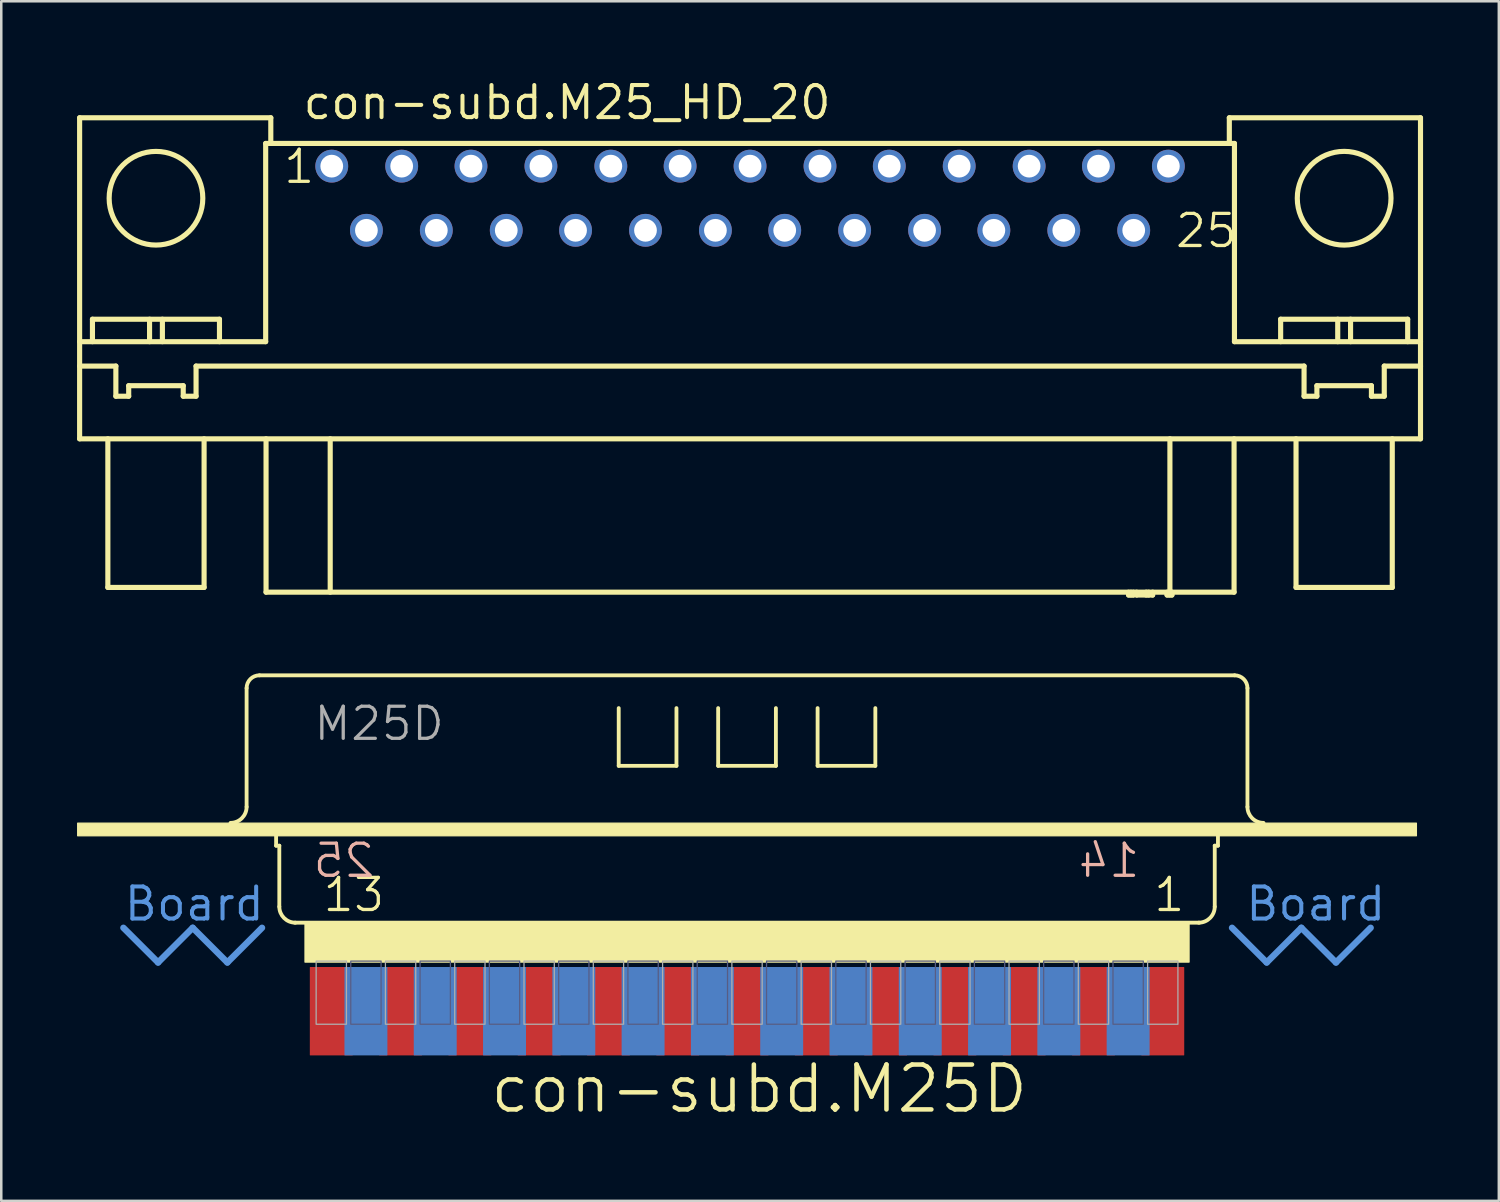
<source format=kicad_pcb>
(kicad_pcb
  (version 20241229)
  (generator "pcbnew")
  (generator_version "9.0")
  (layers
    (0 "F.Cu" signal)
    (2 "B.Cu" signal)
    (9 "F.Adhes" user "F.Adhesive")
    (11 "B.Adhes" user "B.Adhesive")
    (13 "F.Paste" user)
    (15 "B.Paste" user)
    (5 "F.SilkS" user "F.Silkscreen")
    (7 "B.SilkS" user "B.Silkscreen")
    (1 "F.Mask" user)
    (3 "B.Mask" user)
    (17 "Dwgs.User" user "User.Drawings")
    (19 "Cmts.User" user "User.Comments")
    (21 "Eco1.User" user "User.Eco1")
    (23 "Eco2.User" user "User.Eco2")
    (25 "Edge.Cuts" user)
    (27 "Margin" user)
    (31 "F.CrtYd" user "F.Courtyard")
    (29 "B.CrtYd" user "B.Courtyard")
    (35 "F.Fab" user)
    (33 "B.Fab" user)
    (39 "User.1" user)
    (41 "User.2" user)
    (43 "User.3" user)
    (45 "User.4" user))
  (footprint "con-subd.M25_HD_20"
    (layer "F.Cu")
    (at 26.645 4.798)
    (property "Reference" "con-subd.M25_HD_20" (at -17.78 -3.048 0) (layer "F.SilkS") (effects (font (size 1.27 1.27) (thickness 0.16)) (justify left bottom)))
    (attr through_hole)
    (fp_line (start -26.543 -3.185) (end -26.543 9.525) (stroke (width 0.203) (type default)) (layer "F.SilkS"))
    (fp_line (start -26.543 -3.185) (end -18.974 -3.185) (stroke (width 0.203) (type default)) (layer "F.SilkS"))
    (fp_line (start -26.543 5.679) (end -19.177 5.679) (stroke (width 0.203) (type default)) (layer "F.SilkS"))
    (fp_line (start -26.543 6.645) (end -25.108 6.645) (stroke (width 0.203) (type default)) (layer "F.SilkS"))
    (fp_line (start -26.543 9.525) (end 26.543 9.525) (stroke (width 0.203) (type default)) (layer "F.SilkS"))
    (fp_line (start -26.035 4.79) (end -21.006 4.79) (stroke (width 0.203) (type default)) (layer "F.SilkS"))
    (fp_line (start -26.035 5.679) (end -26.035 4.79) (stroke (width 0.203) (type default)) (layer "F.SilkS"))
    (fp_line (start -25.425 9.525) (end -25.425 15.408) (stroke (width 0.203) (type default)) (layer "F.SilkS"))
    (fp_line (start -25.425 15.408) (end -21.615 15.408) (stroke (width 0.203) (type default)) (layer "F.SilkS"))
    (fp_line (start -25.108 6.645) (end -25.108 7.838) (stroke (width 0.203) (type default)) (layer "F.SilkS"))
    (fp_line (start -25.108 7.838) (end -24.6 7.838) (stroke (width 0.203) (type default)) (layer "F.SilkS"))
    (fp_line (start -24.6 7.422) (end -22.441 7.422) (stroke (width 0.203) (type default)) (layer "F.SilkS"))
    (fp_line (start -24.6 7.838) (end -24.6 7.422) (stroke (width 0.203) (type default)) (layer "F.SilkS"))
    (fp_line (start -23.774 5.679) (end -23.774 4.79) (stroke (width 0.203) (type default)) (layer "F.SilkS"))
    (fp_line (start -23.266 5.679) (end -23.266 4.79) (stroke (width 0.203) (type default)) (layer "F.SilkS"))
    (fp_line (start -22.441 7.838) (end -22.441 7.422) (stroke (width 0.203) (type default)) (layer "F.SilkS"))
    (fp_line (start -22.441 7.838) (end -21.933 7.838) (stroke (width 0.203) (type default)) (layer "F.SilkS"))
    (fp_line (start -21.933 6.645) (end 21.933 6.645) (stroke (width 0.203) (type default)) (layer "F.SilkS"))
    (fp_line (start -21.933 7.838) (end -21.933 6.645) (stroke (width 0.203) (type default)) (layer "F.SilkS"))
    (fp_line (start -21.615 9.525) (end -21.615 15.408) (stroke (width 0.203) (type default)) (layer "F.SilkS"))
    (fp_line (start -21.006 5.679) (end -21.006 4.79) (stroke (width 0.203) (type default)) (layer "F.SilkS"))
    (fp_line (start -19.177 -2.169) (end -19.177 5.679) (stroke (width 0.203) (type default)) (layer "F.SilkS"))
    (fp_line (start -19.177 -2.169) (end 19.177 -2.169) (stroke (width 0.203) (type default)) (layer "F.SilkS"))
    (fp_line (start -19.162 9.525) (end -19.162 15.596) (stroke (width 0.203) (type default)) (layer "F.SilkS"))
    (fp_line (start -18.974 -3.185) (end -18.974 -2.169) (stroke (width 0.203) (type default)) (layer "F.SilkS"))
    (fp_line (start -16.622 9.525) (end -16.622 15.596) (stroke (width 0.203) (type default)) (layer "F.SilkS"))
    (fp_line (start 14.986 15.596) (end 14.986 15.71) (stroke (width 0.203) (type default)) (layer "F.SilkS"))
    (fp_line (start 15.081 15.596) (end 15.081 15.71) (stroke (width 0.203) (type default)) (layer "F.SilkS"))
    (fp_line (start 15.177 15.596) (end 15.177 15.71) (stroke (width 0.203) (type default)) (layer "F.SilkS"))
    (fp_line (start 15.177 15.71) (end 14.986 15.71) (stroke (width 0.203) (type default)) (layer "F.SilkS"))
    (fp_line (start 15.303 15.596) (end 15.303 15.71) (stroke (width 0.203) (type default)) (layer "F.SilkS"))
    (fp_line (start 15.684 15.596) (end 15.684 15.71) (stroke (width 0.203) (type default)) (layer "F.SilkS"))
    (fp_line (start 15.78 15.596) (end 15.78 15.71) (stroke (width 0.203) (type default)) (layer "F.SilkS"))
    (fp_line (start 15.938 15.596) (end 15.938 15.71) (stroke (width 0.203) (type default)) (layer "F.SilkS"))
    (fp_line (start 15.938 15.71) (end 15.303 15.71) (stroke (width 0.203) (type default)) (layer "F.SilkS"))
    (fp_line (start 16.51 15.596) (end 16.51 15.71) (stroke (width 0.203) (type default)) (layer "F.SilkS"))
    (fp_line (start 16.605 15.596) (end 16.605 15.71) (stroke (width 0.203) (type default)) (layer "F.SilkS"))
    (fp_line (start 16.622 9.525) (end 16.622 15.596) (stroke (width 0.203) (type default)) (layer "F.SilkS"))
    (fp_line (start 16.701 15.596) (end 16.701 15.71) (stroke (width 0.203) (type default)) (layer "F.SilkS"))
    (fp_line (start 16.701 15.71) (end 16.51 15.71) (stroke (width 0.203) (type default)) (layer "F.SilkS"))
    (fp_line (start 18.974 -3.185) (end 18.974 -2.169) (stroke (width 0.203) (type default)) (layer "F.SilkS"))
    (fp_line (start 18.974 -3.185) (end 26.543 -3.185) (stroke (width 0.203) (type default)) (layer "F.SilkS"))
    (fp_line (start 19.162 15.596) (end -19.162 15.596) (stroke (width 0.203) (type default)) (layer "F.SilkS"))
    (fp_line (start 19.162 9.525) (end 19.162 15.596) (stroke (width 0.203) (type default)) (layer "F.SilkS"))
    (fp_line (start 19.177 -2.169) (end 19.177 5.679) (stroke (width 0.203) (type default)) (layer "F.SilkS"))
    (fp_line (start 19.177 5.679) (end 26.543 5.679) (stroke (width 0.203) (type default)) (layer "F.SilkS"))
    (fp_line (start 21.006 4.79) (end 26.035 4.79) (stroke (width 0.203) (type default)) (layer "F.SilkS"))
    (fp_line (start 21.006 5.679) (end 21.006 4.79) (stroke (width 0.203) (type default)) (layer "F.SilkS"))
    (fp_line (start 21.615 9.525) (end 21.615 15.408) (stroke (width 0.203) (type default)) (layer "F.SilkS"))
    (fp_line (start 21.615 15.408) (end 25.425 15.408) (stroke (width 0.203) (type default)) (layer "F.SilkS"))
    (fp_line (start 21.933 6.645) (end 21.933 7.838) (stroke (width 0.203) (type default)) (layer "F.SilkS"))
    (fp_line (start 21.933 7.838) (end 22.441 7.838) (stroke (width 0.203) (type default)) (layer "F.SilkS"))
    (fp_line (start 22.441 7.422) (end 24.6 7.422) (stroke (width 0.203) (type default)) (layer "F.SilkS"))
    (fp_line (start 22.441 7.838) (end 22.441 7.422) (stroke (width 0.203) (type default)) (layer "F.SilkS"))
    (fp_line (start 23.266 5.679) (end 23.266 4.79) (stroke (width 0.203) (type default)) (layer "F.SilkS"))
    (fp_line (start 23.774 5.679) (end 23.774 4.79) (stroke (width 0.203) (type default)) (layer "F.SilkS"))
    (fp_line (start 24.6 7.838) (end 24.6 7.422) (stroke (width 0.203) (type default)) (layer "F.SilkS"))
    (fp_line (start 24.6 7.838) (end 25.108 7.838) (stroke (width 0.203) (type default)) (layer "F.SilkS"))
    (fp_line (start 25.108 7.838) (end 25.108 6.645) (stroke (width 0.203) (type default)) (layer "F.SilkS"))
    (fp_line (start 25.425 9.525) (end 25.425 15.408) (stroke (width 0.203) (type default)) (layer "F.SilkS"))
    (fp_line (start 26.035 5.679) (end 26.035 4.79) (stroke (width 0.203) (type default)) (layer "F.SilkS"))
    (fp_line (start 26.543 -3.185) (end 26.543 9.525) (stroke (width 0.203) (type default)) (layer "F.SilkS"))
    (fp_line (start 26.543 6.645) (end 25.108 6.645) (stroke (width 0.203) (type default)) (layer "F.SilkS"))
    (fp_circle (center -23.52 0) (end -21.666 0) (stroke (width 0.203) (type default)) (fill no) (layer "F.SilkS"))
    (fp_circle (center 23.52 0) (end 25.375 0) (stroke (width 0.203) (type default)) (fill no) (layer "F.SilkS"))
    (fp_text user "1" (at -18.542 -0.508 0) (layer "F.SilkS") (effects (font (size 1.27 1.27) (thickness 0.13)) (justify left bottom)))
    (fp_text user "25" (at 16.764 2.032 0) (layer "F.SilkS") (effects (font (size 1.27 1.27) (thickness 0.13)) (justify left bottom)))
    (pad "1" thru_hole circle (at -16.561 -1.27) (size 1.3 1.3) (drill 0.9) (layers "*.Cu" "*.Mask"))
    (pad "2" thru_hole circle (at -13.792 -1.27) (size 1.3 1.3) (drill 0.9) (layers "*.Cu" "*.Mask"))
    (pad "3" thru_hole circle (at -11.049 -1.27) (size 1.3 1.3) (drill 0.9) (layers "*.Cu" "*.Mask"))
    (pad "4" thru_hole circle (at -8.28 -1.27) (size 1.3 1.3) (drill 0.9) (layers "*.Cu" "*.Mask"))
    (pad "5" thru_hole circle (at -5.512 -1.27) (size 1.3 1.3) (drill 0.9) (layers "*.Cu" "*.Mask"))
    (pad "6" thru_hole circle (at -2.769 -1.27) (size 1.3 1.3) (drill 0.9) (layers "*.Cu" "*.Mask"))
    (pad "7" thru_hole circle (at 0 -1.27) (size 1.3 1.3) (drill 0.9) (layers "*.Cu" "*.Mask"))
    (pad "8" thru_hole circle (at 2.769 -1.27) (size 1.3 1.3) (drill 0.9) (layers "*.Cu" "*.Mask"))
    (pad "9" thru_hole circle (at 5.512 -1.27) (size 1.3 1.3) (drill 0.9) (layers "*.Cu" "*.Mask"))
    (pad "10" thru_hole circle (at 8.28 -1.27) (size 1.3 1.3) (drill 0.9) (layers "*.Cu" "*.Mask"))
    (pad "11" thru_hole circle (at 11.049 -1.27) (size 1.3 1.3) (drill 0.9) (layers "*.Cu" "*.Mask"))
    (pad "12" thru_hole circle (at 13.792 -1.27) (size 1.3 1.3) (drill 0.9) (layers "*.Cu" "*.Mask"))
    (pad "13" thru_hole circle (at 16.561 -1.27) (size 1.3 1.3) (drill 0.9) (layers "*.Cu" "*.Mask"))
    (pad "14" thru_hole circle (at -15.189 1.27) (size 1.3 1.3) (drill 0.9) (layers "*.Cu" "*.Mask"))
    (pad "15" thru_hole circle (at -12.421 1.27) (size 1.3 1.3) (drill 0.9) (layers "*.Cu" "*.Mask"))
    (pad "16" thru_hole circle (at -9.652 1.27) (size 1.3 1.3) (drill 0.9) (layers "*.Cu" "*.Mask"))
    (pad "17" thru_hole circle (at -6.909 1.27) (size 1.3 1.3) (drill 0.9) (layers "*.Cu" "*.Mask"))
    (pad "18" thru_hole circle (at -4.14 1.27) (size 1.3 1.3) (drill 0.9) (layers "*.Cu" "*.Mask"))
    (pad "19" thru_hole circle (at -1.372 1.27) (size 1.3 1.3) (drill 0.9) (layers "*.Cu" "*.Mask"))
    (pad "20" thru_hole circle (at 1.372 1.27) (size 1.3 1.3) (drill 0.9) (layers "*.Cu" "*.Mask"))
    (pad "21" thru_hole circle (at 4.14 1.27) (size 1.3 1.3) (drill 0.9) (layers "*.Cu" "*.Mask"))
    (pad "22" thru_hole circle (at 6.909 1.27) (size 1.3 1.3) (drill 0.9) (layers "*.Cu" "*.Mask"))
    (pad "23" thru_hole circle (at 9.652 1.27) (size 1.3 1.3) (drill 0.9) (layers "*.Cu" "*.Mask"))
    (pad "24" thru_hole circle (at 12.421 1.27) (size 1.3 1.3) (drill 0.9) (layers "*.Cu" "*.Mask"))
    (pad "25" thru_hole circle (at 15.189 1.27) (size 1.3 1.3) (drill 0.9) (layers "*.Cu" "*.Mask")))
  (footprint "con-subd.M25D"
    (layer "F.Cu")
    (at 26.525 30.939)
    (property "Reference" "con-subd.M25D" (at -10.262 10.16 0) (layer "F.SilkS") (effects (font (size 1.778 1.778) (thickness 0.18)) (justify left bottom)))
    (attr smd)
    (fp_line (start -19.812 -2.046) (end -19.812 -6.745) (stroke (width 0.152) (type default)) (layer "F.SilkS"))
    (fp_line (start -19.304 -7.253) (end 19.304 -7.253) (stroke (width 0.152) (type default)) (layer "F.SilkS"))
    (fp_line (start -18.644 -0.508) (end -18.644 -1.016) (stroke (width 0.152) (type default)) (layer "F.SilkS"))
    (fp_line (start -18.644 -0.508) (end -18.517 -0.508) (stroke (width 0.152) (type default)) (layer "F.SilkS"))
    (fp_line (start -18.517 1.905) (end -18.517 -0.508) (stroke (width 0.152) (type default)) (layer "F.SilkS"))
    (fp_line (start -17.901 2.54) (end 17.901 2.54) (stroke (width 0.152) (type default)) (layer "F.SilkS"))
    (fp_line (start -5.08 -3.669) (end -5.08 -5.955) (stroke (width 0.152) (type default)) (layer "F.SilkS"))
    (fp_line (start -2.794 -5.955) (end -2.794 -3.669) (stroke (width 0.152) (type default)) (layer "F.SilkS"))
    (fp_line (start -2.794 -3.669) (end -5.08 -3.669) (stroke (width 0.152) (type default)) (layer "F.SilkS"))
    (fp_line (start -1.143 -3.669) (end -1.143 -5.955) (stroke (width 0.152) (type default)) (layer "F.SilkS"))
    (fp_line (start 1.143 -5.955) (end 1.143 -3.669) (stroke (width 0.152) (type default)) (layer "F.SilkS"))
    (fp_line (start 1.143 -3.669) (end -1.143 -3.669) (stroke (width 0.152) (type default)) (layer "F.SilkS"))
    (fp_line (start 2.794 -3.669) (end 2.794 -5.955) (stroke (width 0.152) (type default)) (layer "F.SilkS"))
    (fp_line (start 5.08 -5.955) (end 5.08 -3.669) (stroke (width 0.152) (type default)) (layer "F.SilkS"))
    (fp_line (start 5.08 -3.669) (end 2.794 -3.669) (stroke (width 0.152) (type default)) (layer "F.SilkS"))
    (fp_line (start 18.517 -0.508) (end 18.644 -0.508) (stroke (width 0.152) (type default)) (layer "F.SilkS"))
    (fp_line (start 18.517 1.905) (end 18.517 -0.508) (stroke (width 0.152) (type default)) (layer "F.SilkS"))
    (fp_line (start 18.644 -0.508) (end 18.644 -1.016) (stroke (width 0.152) (type default)) (layer "F.SilkS"))
    (fp_line (start 19.812 -2.046) (end 19.812 -6.745) (stroke (width 0.152) (type default)) (layer "F.SilkS"))
    (fp_rect (start -26.5 -0.9) (end 26.5 -1.4) (stroke (width 0.05) (type default)) (fill yes) (layer "F.SilkS"))
    (fp_rect (start -17.5 4.1) (end 17.5 2.5) (stroke (width 0.05) (type default)) (fill yes) (layer "F.SilkS"))
    (fp_arc (start -19.812 -6.745) (mid -19.66321 -7.10421) (end -19.304 -7.253) (stroke (width 0.1524) (type default)) (layer "F.SilkS"))
    (fp_arc (start -19.812 -2.046) (mid -19.997987 -1.596987) (end -20.447 -1.411) (stroke (width 0.1524) (type default)) (layer "F.SilkS"))
    (fp_arc (start -17.8816 2.54) (mid -18.330613 2.354013) (end -18.5166 1.905) (stroke (width 0.1524) (type default)) (layer "F.SilkS"))
    (fp_arc (start 18.5166 1.905) (mid 18.330613 2.354013) (end 17.8816 2.54) (stroke (width 0.1524) (type default)) (layer "F.SilkS"))
    (fp_arc (start 19.304 -7.253) (mid 19.66321 -7.10421) (end 19.812 -6.745) (stroke (width 0.1524) (type default)) (layer "F.SilkS"))
    (fp_arc (start 20.447 -1.411) (mid 19.997987 -1.596987) (end 19.812 -2.046) (stroke (width 0.1524) (type default)) (layer "F.SilkS"))
    (fp_line (start -24.689 2.743) (end -23.317 4.115) (stroke (width 0.254) (type default)) (layer "Cmts.User"))
    (fp_line (start -23.317 4.115) (end -21.946 2.743) (stroke (width 0.254) (type default)) (layer "Cmts.User"))
    (fp_line (start -21.946 2.743) (end -20.574 4.115) (stroke (width 0.254) (type default)) (layer "Cmts.User"))
    (fp_line (start -20.574 4.115) (end -19.202 2.743) (stroke (width 0.254) (type default)) (layer "Cmts.User"))
    (fp_line (start 19.202 2.743) (end 20.574 4.115) (stroke (width 0.254) (type default)) (layer "Cmts.User"))
    (fp_line (start 20.574 4.115) (end 21.946 2.743) (stroke (width 0.254) (type default)) (layer "Cmts.User"))
    (fp_line (start 21.946 2.743) (end 23.317 4.115) (stroke (width 0.254) (type default)) (layer "Cmts.User"))
    (fp_line (start 23.317 4.115) (end 24.689 2.743) (stroke (width 0.254) (type default)) (layer "Cmts.User"))
    (fp_rect (start -15.688 6.56) (end -14.488 4.06) (stroke (width 0.05) (type default)) (fill no) (layer "B.Fab"))
    (fp_rect (start -12.944 6.56) (end -11.744 4.06) (stroke (width 0.05) (type default)) (fill no) (layer "B.Fab"))
    (fp_rect (start -10.201 6.56) (end -9.001 4.06) (stroke (width 0.05) (type default)) (fill no) (layer "B.Fab"))
    (fp_rect (start -7.458 6.56) (end -6.258 4.06) (stroke (width 0.05) (type default)) (fill no) (layer "B.Fab"))
    (fp_rect (start -4.715 6.56) (end -3.515 4.06) (stroke (width 0.05) (type default)) (fill no) (layer "B.Fab"))
    (fp_rect (start -1.972 6.56) (end -0.772 4.06) (stroke (width 0.05) (type default)) (fill no) (layer "B.Fab"))
    (fp_rect (start 0.772 6.56) (end 1.972 4.06) (stroke (width 0.05) (type default)) (fill no) (layer "B.Fab"))
    (fp_rect (start 3.515 6.56) (end 4.715 4.06) (stroke (width 0.05) (type default)) (fill no) (layer "B.Fab"))
    (fp_rect (start 6.258 6.56) (end 7.458 4.06) (stroke (width 0.05) (type default)) (fill no) (layer "B.Fab"))
    (fp_rect (start 9.001 6.56) (end 10.201 4.06) (stroke (width 0.05) (type default)) (fill no) (layer "B.Fab"))
    (fp_rect (start 11.744 6.56) (end 12.944 4.06) (stroke (width 0.05) (type default)) (fill no) (layer "B.Fab"))
    (fp_rect (start 14.488 6.56) (end 15.688 4.06) (stroke (width 0.05) (type default)) (fill no) (layer "B.Fab"))
    (fp_rect (start -17.059 6.56) (end -15.859 4.06) (stroke (width 0.05) (type default)) (fill no) (layer "F.Fab"))
    (fp_rect (start -14.316 6.56) (end -13.116 4.06) (stroke (width 0.05) (type default)) (fill no) (layer "F.Fab"))
    (fp_rect (start -11.573 6.56) (end -10.373 4.06) (stroke (width 0.05) (type default)) (fill no) (layer "F.Fab"))
    (fp_rect (start -8.83 6.56) (end -7.63 4.06) (stroke (width 0.05) (type default)) (fill no) (layer "F.Fab"))
    (fp_rect (start -6.086 6.56) (end -4.886 4.06) (stroke (width 0.05) (type default)) (fill no) (layer "F.Fab"))
    (fp_rect (start -3.343 6.56) (end -2.143 4.06) (stroke (width 0.05) (type default)) (fill no) (layer "F.Fab"))
    (fp_rect (start -0.6 6.56) (end 0.6 4.06) (stroke (width 0.05) (type default)) (fill no) (layer "F.Fab"))
    (fp_rect (start 2.143 6.56) (end 3.343 4.06) (stroke (width 0.05) (type default)) (fill no) (layer "F.Fab"))
    (fp_rect (start 4.886 6.56) (end 6.086 4.06) (stroke (width 0.05) (type default)) (fill no) (layer "F.Fab"))
    (fp_rect (start 7.63 6.56) (end 8.83 4.06) (stroke (width 0.05) (type default)) (fill no) (layer "F.Fab"))
    (fp_rect (start 10.373 6.56) (end 11.573 4.06) (stroke (width 0.05) (type default)) (fill no) (layer "F.Fab"))
    (fp_rect (start 13.116 6.56) (end 14.316 4.06) (stroke (width 0.05) (type default)) (fill no) (layer "F.Fab"))
    (fp_rect (start 15.859 6.56) (end 17.059 4.06) (stroke (width 0.05) (type default)) (fill no) (layer "F.Fab"))
    (fp_text user "13" (at -16.861 2.179 0) (layer "F.SilkS") (effects (font (size 1.27 1.27) (thickness 0.13)) (justify left bottom)))
    (fp_text user "1" (at 16.026 2.179 0) (layer "F.SilkS") (effects (font (size 1.27 1.27) (thickness 0.13)) (justify left bottom)))
    (fp_text user "14" (at 15.626 0.825 0) (layer "B.SilkS") (effects (font (size 1.27 1.27) (thickness 0.13)) (justify left bottom mirror)))
    (fp_text user "25" (at -14.661 0.825 0) (layer "B.SilkS") (effects (font (size 1.27 1.27) (thickness 0.13)) (justify left bottom mirror)))
    (fp_text user "Board " (at -24.74 2.54 0) (layer "Cmts.User") (effects (font (size 1.27 1.27) (thickness 0.16)) (justify left bottom)))
    (fp_text user "Board" (at 19.66 2.54 0) (layer "Cmts.User") (effects (font (size 1.27 1.27) (thickness 0.16)) (justify left bottom)))
    (fp_text user "M25D" (at -17.221 -4.597 0) (layer "F.Fab") (effects (font (size 1.27 1.27) (thickness 0.13)) (justify left bottom)))
    (pad "1" smd roundrect (at 16.459 6.045) (size 1.7 3.5) (layers "F.Cu" "F.Mask" "F.Paste") (roundrect_rratio 0.01))
    (pad "2" smd roundrect (at 13.716 6.045) (size 1.7 3.5) (layers "F.Cu" "F.Mask" "F.Paste") (roundrect_rratio 0.01))
    (pad "3" smd roundrect (at 10.973 6.045) (size 1.7 3.5) (layers "F.Cu" "F.Mask" "F.Paste") (roundrect_rratio 0.01))
    (pad "4" smd roundrect (at 8.23 6.045) (size 1.7 3.5) (layers "F.Cu" "F.Mask" "F.Paste") (roundrect_rratio 0.01))
    (pad "5" smd roundrect (at 5.486 6.045) (size 1.7 3.5) (layers "F.Cu" "F.Mask" "F.Paste") (roundrect_rratio 0.01))
    (pad "6" smd roundrect (at 2.743 6.045) (size 1.7 3.5) (layers "F.Cu" "F.Mask" "F.Paste") (roundrect_rratio 0.01))
    (pad "7" smd roundrect (at 0 6.045) (size 1.7 3.5) (layers "F.Cu" "F.Mask" "F.Paste") (roundrect_rratio 0.01))
    (pad "8" smd roundrect (at -2.743 6.045) (size 1.7 3.5) (layers "F.Cu" "F.Mask" "F.Paste") (roundrect_rratio 0.01))
    (pad "9" smd roundrect (at -5.486 6.045) (size 1.7 3.5) (layers "F.Cu" "F.Mask" "F.Paste") (roundrect_rratio 0.01))
    (pad "10" smd roundrect (at -8.23 6.045) (size 1.7 3.5) (layers "F.Cu" "F.Mask" "F.Paste") (roundrect_rratio 0.01))
    (pad "11" smd roundrect (at -10.973 6.045) (size 1.7 3.5) (layers "F.Cu" "F.Mask" "F.Paste") (roundrect_rratio 0.01))
    (pad "12" smd roundrect (at -13.716 6.045) (size 1.7 3.5) (layers "F.Cu" "F.Mask" "F.Paste") (roundrect_rratio 0.01))
    (pad "13" smd roundrect (at -16.459 6.045) (size 1.7 3.5) (layers "F.Cu" "F.Mask" "F.Paste") (roundrect_rratio 0.01))
    (pad "14" smd roundrect (at 15.088 6.045) (size 1.7 3.5) (layers "B.Cu" "B.Mask" "B.Paste") (roundrect_rratio 0.01))
    (pad "15" smd roundrect (at 12.344 6.045) (size 1.7 3.5) (layers "B.Cu" "B.Mask" "B.Paste") (roundrect_rratio 0.01))
    (pad "16" smd roundrect (at 9.601 6.045) (size 1.7 3.5) (layers "B.Cu" "B.Mask" "B.Paste") (roundrect_rratio 0.01))
    (pad "17" smd roundrect (at 6.858 6.045) (size 1.7 3.5) (layers "B.Cu" "B.Mask" "B.Paste") (roundrect_rratio 0.01))
    (pad "18" smd roundrect (at 4.115 6.045) (size 1.7 3.5) (layers "B.Cu" "B.Mask" "B.Paste") (roundrect_rratio 0.01))
    (pad "19" smd roundrect (at 1.372 6.045) (size 1.7 3.5) (layers "B.Cu" "B.Mask" "B.Paste") (roundrect_rratio 0.01))
    (pad "20" smd roundrect (at -1.372 6.045) (size 1.7 3.5) (layers "B.Cu" "B.Mask" "B.Paste") (roundrect_rratio 0.01))
    (pad "21" smd roundrect (at -4.115 6.045) (size 1.7 3.5) (layers "B.Cu" "B.Mask" "B.Paste") (roundrect_rratio 0.01))
    (pad "22" smd roundrect (at -6.858 6.045) (size 1.7 3.5) (layers "B.Cu" "B.Mask" "B.Paste") (roundrect_rratio 0.01))
    (pad "23" smd roundrect (at -9.601 6.045) (size 1.7 3.5) (layers "B.Cu" "B.Mask" "B.Paste") (roundrect_rratio 0.01))
    (pad "24" smd roundrect (at -12.344 6.045) (size 1.7 3.5) (layers "B.Cu" "B.Mask" "B.Paste") (roundrect_rratio 0.01))
    (pad "25" smd roundrect (at -15.088 6.045) (size 1.7 3.5) (layers "B.Cu" "B.Mask" "B.Paste") (roundrect_rratio 0.01)))
  (gr_rect
    (start -3 -3)
    (end 56.289 44.493)
    (stroke (width 0.1) (type default))
    (fill no)
    (layer "Edge.Cuts")))
</source>
